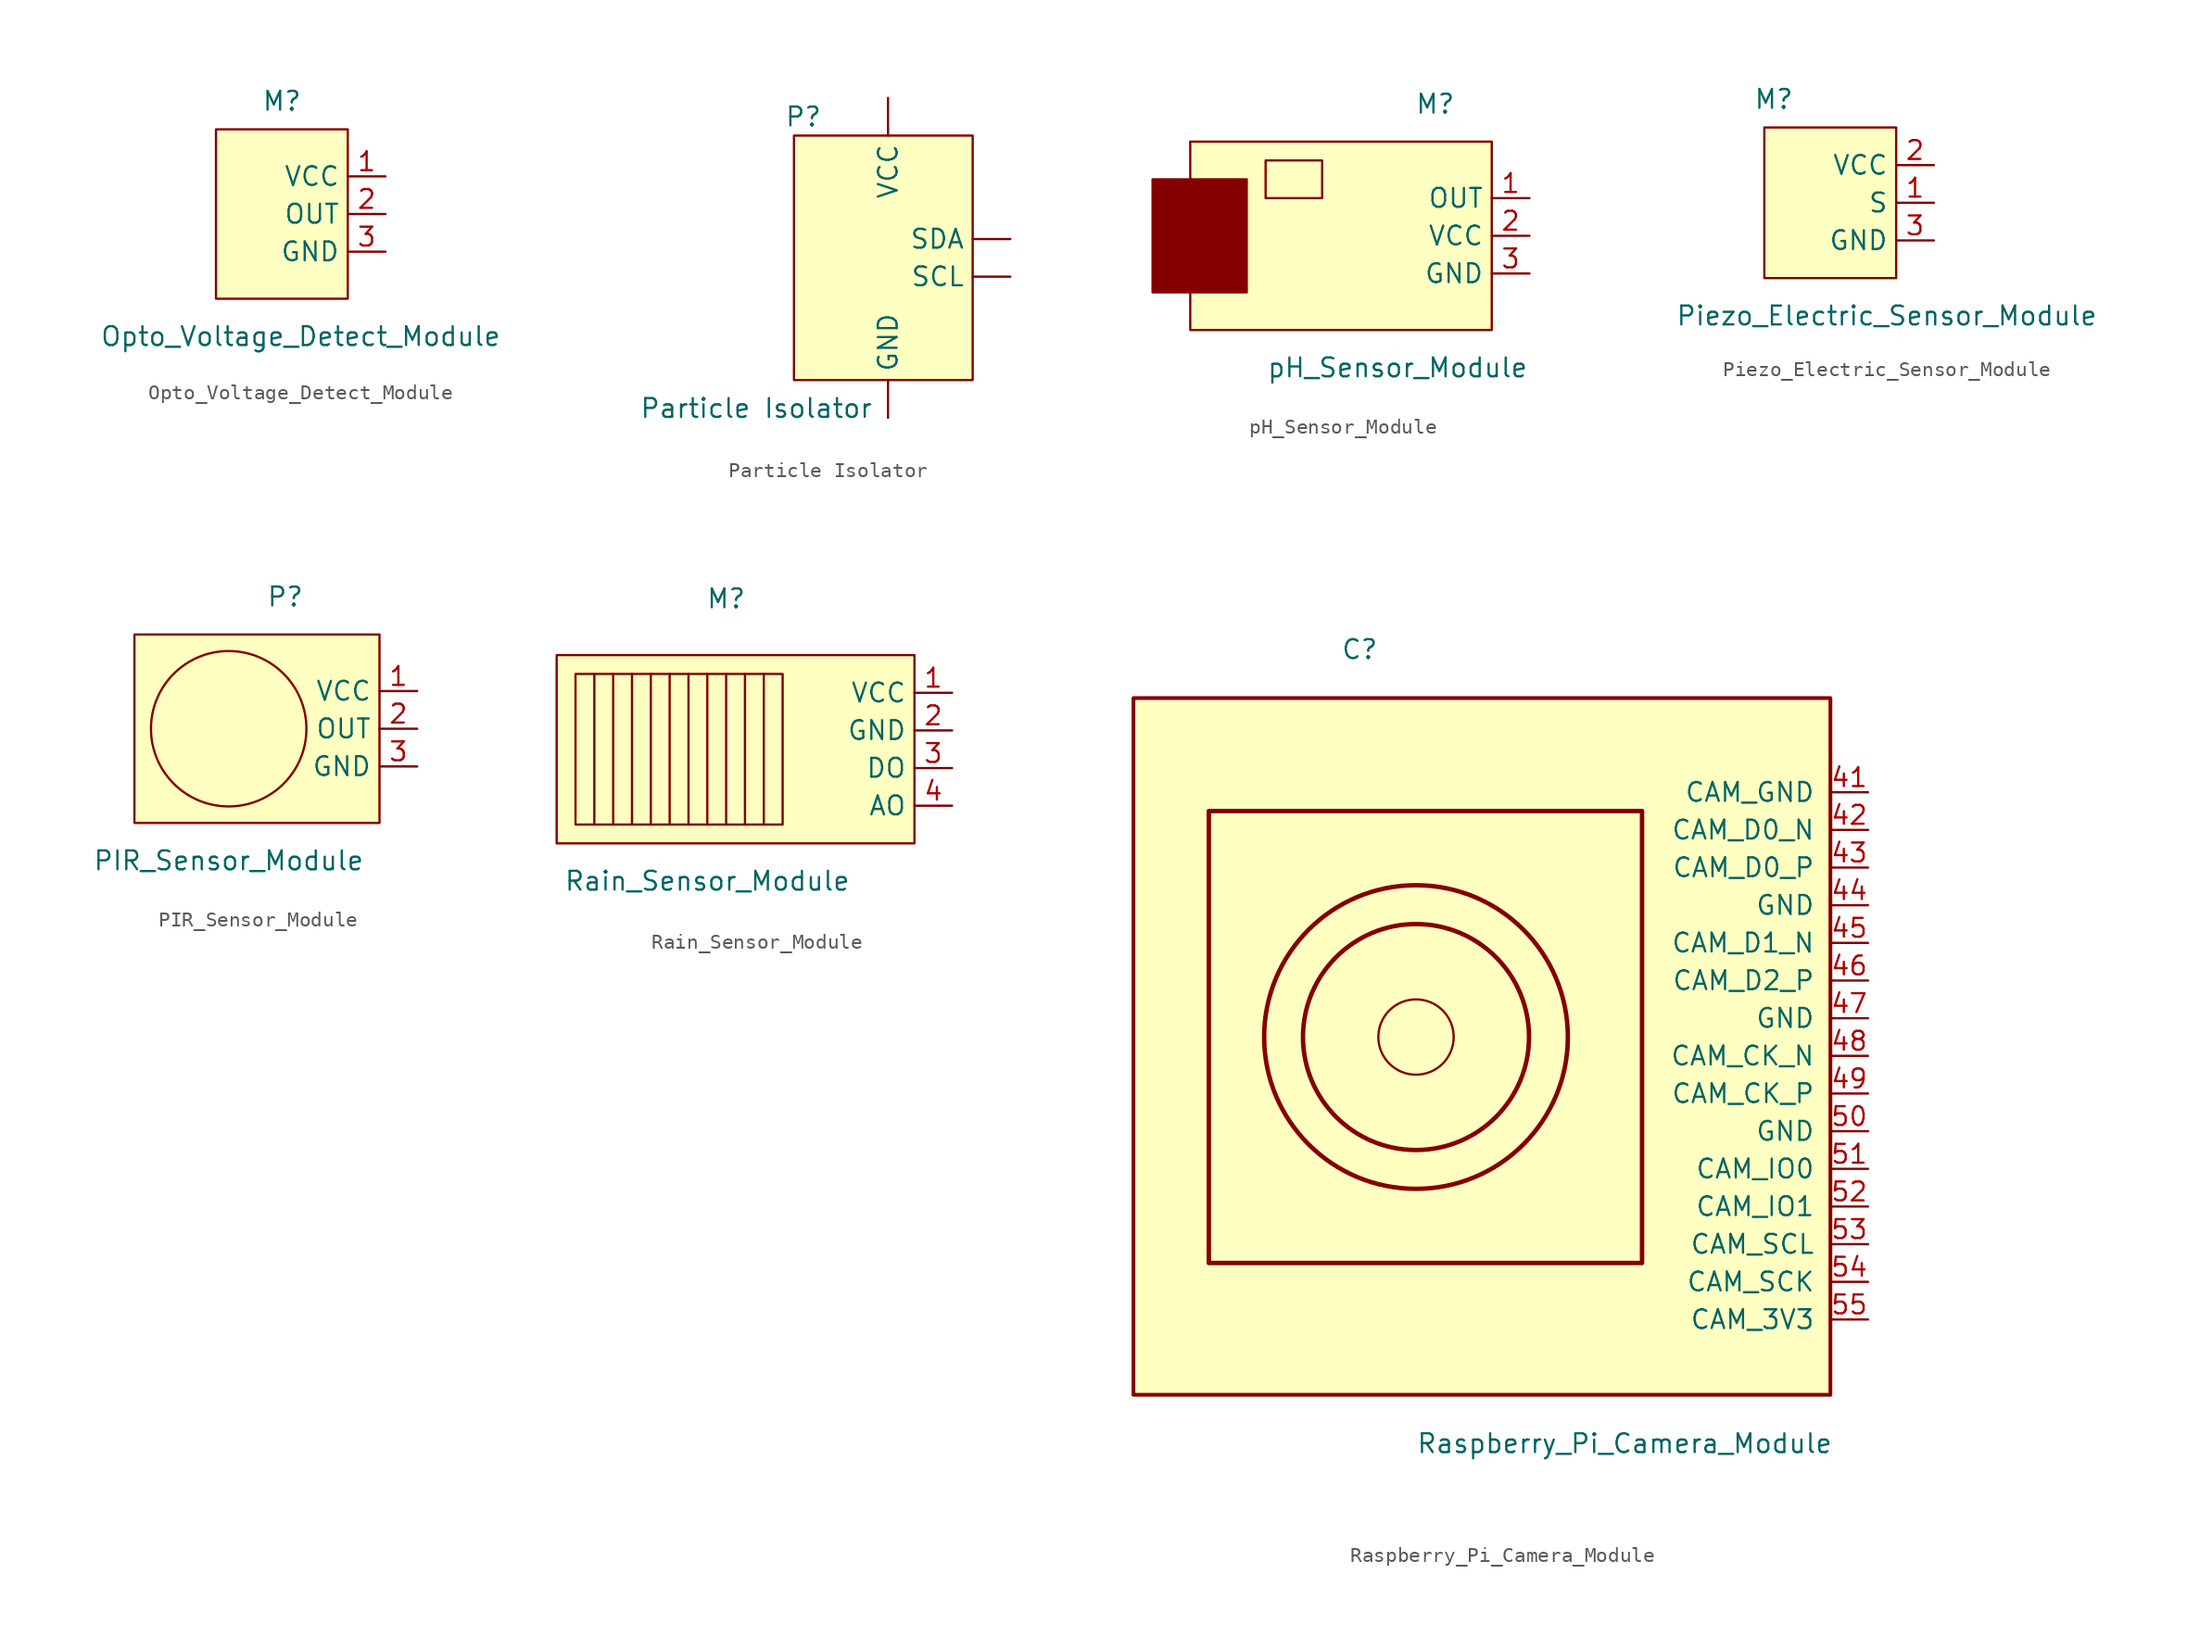
<source format=kicad_sym>
(kicad_symbol_lib
  (version 20211014)
  (generator kicad_symbol_editor)
  (symbol "Opto_Voltage_Detect_Module"
    (property "Reference" "M"
      (at -1.27 8.89 0)
      (effects (font (size 1.27 1.27))))
    (property "Value" "Opto_Voltage_Detect_Module"
      (at 0 -6.985 0)
      (effects (font (size 1.27 1.27))))
    (symbol "Opto_Voltage_Detect_Module_0_1"
      (rectangle (start -5.715 6.985) (end 3.175 -4.445) (stroke (width 0.152) (type default) (color 0 0 0 0)) (fill (type background))))
    (symbol "Opto_Voltage_Detect_Module_1_1"
      (pin input line (at 5.715 3.81 180) (length 2.54) (name "VCC" (effects (font (size 1.27 1.27)))) (number "1" (effects (font (size 1.27 1.27)))))
      (pin input line (at 5.715 1.27 180) (length 2.54) (name "OUT" (effects (font (size 1.27 1.27)))) (number "2" (effects (font (size 1.27 1.27)))))
      (pin input line (at 5.715 -1.27 180) (length 2.54) (name "GND" (effects (font (size 1.27 1.27)))) (number "3" (effects (font (size 1.27 1.27)))))))
  (symbol "Particle Isolator"
    (property "Reference" "P"
      (at -6.35 10.795 0)
      (effects (font (size 1.27 1.27))))
    (property "Value" "Particle Isolator"
      (at -9.525 -8.89 0)
      (effects (font (size 1.27 1.27))))
    (symbol "Particle Isolator_0_1"
      (rectangle (start 5.08 9.525) (end -6.985 -6.985) (stroke (width 0.152) (type default) (color 0 0 0 0)) (fill (type background))))
    (symbol "Particle Isolator_1_1"
      (pin input line (at -0.635 -9.525 90) (length 2.54) (name "GND" (effects (font (size 1.27 1.27)))) (number "" (effects (font (size 1.27 1.27)))))
      (pin input line (at 7.62 0 180) (length 2.54) (name "SCL" (effects (font (size 1.27 1.27)))) (number "" (effects (font (size 1.27 1.27)))))
      (pin input line (at 7.62 2.54 180) (length 2.54) (name "SDA" (effects (font (size 1.27 1.27)))) (number "" (effects (font (size 1.27 1.27)))))
      (pin input line (at -0.635 12.065 270) (length 2.54) (name "VCC" (effects (font (size 1.27 1.27)))) (number "" (effects (font (size 1.27 1.27)))))))
  (symbol "pH_Sensor_Module"
    (property "Reference" "M"
      (at 2.54 10.16 0)
      (effects (font (size 1.27 1.27))))
    (property "Value" "pH_Sensor_Module"
      (at 0 -7.62 0)
      (effects (font (size 1.27 1.27))))
    (symbol "pH_Sensor_Module_0_1"
      (rectangle (start -16.51 5.08) (end -10.16 -2.54) (stroke (width 0.152) (type default) (color 0 0 0 0)) (fill (type outline)))
      (rectangle (start -13.97 7.62) (end 6.35 -5.08) (stroke (width 0.152) (type default) (color 0 0 0 0)) (fill (type background)))
      (rectangle (start -8.89 6.35) (end -5.08 3.81) (stroke (width 0.152) (type default) (color 0 0 0 0)) (fill (type none))))
    (symbol "pH_Sensor_Module_1_1"
      (pin input line (at 8.89 3.81 180) (length 2.54) (name "OUT" (effects (font (size 1.27 1.27)))) (number "1" (effects (font (size 1.27 1.27)))))
      (pin input line (at 8.89 1.27 180) (length 2.54) (name "VCC" (effects (font (size 1.27 1.27)))) (number "2" (effects (font (size 1.27 1.27)))))
      (pin input line (at 8.89 -1.27 180) (length 2.54) (name "GND" (effects (font (size 1.27 1.27)))) (number "3" (effects (font (size 1.27 1.27)))))))
  (symbol "Piezo_Electric_Sensor_Module"
    (property "Reference" "M"
      (at -5.715 6.985 0)
      (effects (font (size 1.27 1.27))))
    (property "Value" "Piezo_Electric_Sensor_Module"
      (at 1.905 -7.62 0)
      (effects (font (size 1.27 1.27))))
    (symbol "Piezo_Electric_Sensor_Module_0_1"
      (rectangle (start 2.54 5.08) (end -6.35 -5.08) (stroke (width 0.152) (type default) (color 0 0 0 0)) (fill (type background))))
    (symbol "Piezo_Electric_Sensor_Module_1_1"
      (pin input line (at 5.08 0 180) (length 2.54) (name "S" (effects (font (size 1.27 1.27)))) (number "1" (effects (font (size 1.27 1.27)))))
      (pin input line (at 5.08 2.54 180) (length 2.54) (name "VCC" (effects (font (size 1.27 1.27)))) (number "2" (effects (font (size 1.27 1.27)))))
      (pin input line (at 5.08 -2.54 180) (length 2.54) (name "GND" (effects (font (size 1.27 1.27)))) (number "3" (effects (font (size 1.27 1.27)))))))
  (symbol "PIR_Sensor_Module"
    (property "Reference" "P"
      (at -2.54 7.62 0)
      (effects (font (size 1.27 1.27))))
    (property "Value" "PIR_Sensor_Module"
      (at -6.35 -10.16 0)
      (effects (font (size 1.27 1.27))))
    (symbol "PIR_Sensor_Module_0_1"
      (circle (center -6.35 -1.27) (radius 5.236) (stroke (width 0.152) (type default) (color 0 0 0 0)) (fill (type none)))
      (rectangle (start 3.81 5.08) (end -12.7 -7.62) (stroke (width 0.152) (type default) (color 0 0 0 0)) (fill (type background))))
    (symbol "PIR_Sensor_Module_1_1"
      (pin input line (at 6.35 1.27 180) (length 2.54) (name "VCC" (effects (font (size 1.27 1.27)))) (number "1" (effects (font (size 1.27 1.27)))))
      (pin input line (at 6.35 -1.27 180) (length 2.54) (name "OUT" (effects (font (size 1.27 1.27)))) (number "2" (effects (font (size 1.27 1.27)))))
      (pin input line (at 6.35 -3.81 180) (length 2.54) (name "GND" (effects (font (size 1.27 1.27)))) (number "3" (effects (font (size 1.27 1.27)))))))
  (symbol "Rain_Sensor_Module"
    (property "Reference" "M"
      (at 0 10.16 0)
      (effects (font (size 1.27 1.27))))
    (property "Value" "Rain_Sensor_Module"
      (at -1.27 -8.89 0)
      (effects (font (size 1.27 1.27))))
    (symbol "Rain_Sensor_Module_0_1"
      (rectangle (start -11.43 6.35) (end 12.7 -6.35) (stroke (width 0.152) (type default) (color 0 0 0 0)) (fill (type background)))
      (rectangle (start -10.16 5.08) (end 3.81 -5.08) (stroke (width 0.152) (type default) (color 0 0 0 0)) (fill (type none)))
      (polyline (pts (xy -8.89 5.08) (xy -8.89 -5.08)) (stroke (width 0.152) (type default) (color 0 0 0 0)) (fill (type none)))
      (polyline (pts (xy -7.62 5.08) (xy -7.62 -5.08)) (stroke (width 0.152) (type default) (color 0 0 0 0)) (fill (type none)))
      (polyline (pts (xy -6.35 5.08) (xy -6.35 -5.08)) (stroke (width 0.152) (type default) (color 0 0 0 0)) (fill (type none)))
      (polyline (pts (xy -5.08 5.08) (xy -5.08 -5.08)) (stroke (width 0.152) (type default) (color 0 0 0 0)) (fill (type none)))
      (polyline (pts (xy -3.81 5.08) (xy -3.81 -5.08)) (stroke (width 0.152) (type default) (color 0 0 0 0)) (fill (type none)))
      (polyline (pts (xy -2.54 5.08) (xy -2.54 -5.08)) (stroke (width 0.152) (type default) (color 0 0 0 0)) (fill (type none)))
      (polyline (pts (xy -1.27 5.08) (xy -1.27 -5.08)) (stroke (width 0.152) (type default) (color 0 0 0 0)) (fill (type none)))
      (polyline (pts (xy 0 5.08) (xy 0 -5.08)) (stroke (width 0.152) (type default) (color 0 0 0 0)) (fill (type none)))
      (polyline (pts (xy 1.27 5.08) (xy 1.27 -5.08)) (stroke (width 0.152) (type default) (color 0 0 0 0)) (fill (type none)))
      (polyline (pts (xy 2.54 5.08) (xy 2.54 -5.08)) (stroke (width 0.152) (type default) (color 0 0 0 0)) (fill (type none))))
    (symbol "Rain_Sensor_Module_1_1"
      (pin input line (at 15.24 3.81 180) (length 2.54) (name "VCC" (effects (font (size 1.27 1.27)))) (number "1" (effects (font (size 1.27 1.27)))))
      (pin input line (at 15.24 1.27 180) (length 2.54) (name "GND" (effects (font (size 1.27 1.27)))) (number "2" (effects (font (size 1.27 1.27)))))
      (pin input line (at 15.24 -1.27 180) (length 2.54) (name "DO" (effects (font (size 1.27 1.27)))) (number "3" (effects (font (size 1.27 1.27)))))
      (pin input line (at 15.24 -3.81 180) (length 2.54) (name "AO" (effects (font (size 1.27 1.27)))) (number "4" (effects (font (size 1.27 1.27)))))))
  (symbol "Raspberry_Pi_Camera_Module"
    (pin_names
      (offset 1.016))
    (property "Reference" "C"
      (at -10.16 25.4 0)
      (effects (font (size 1.27 1.27)) (justify left bottom)))
    (property "Value" "Raspberry_Pi_Camera_Module"
      (at -5.08 -26.67 0)
      (effects (font (size 1.27 1.27)) (justify left top)))
    (symbol "Raspberry_Pi_Camera_Module_0_1"
      (rectangle (start -24.13 22.86) (end 22.86 -24.13) (stroke (width 0.254) (type default) (color 0 0 0 0)) (fill (type background)))
      (rectangle (start -19.05 15.24) (end 10.16 -15.24) (stroke (width 0.3) (type default) (color 0 0 0 0)) (fill (type none)))
      (circle (center -5.08 0) (radius 2.54) (stroke (width 0.152) (type default) (color 0 0 0 0)) (fill (type none)))
      (circle (center -5.08 0) (radius 7.62) (stroke (width 0.3) (type default) (color 0 0 0 0)) (fill (type none)))
      (circle (center -5.08 0) (radius 10.239) (stroke (width 0.3) (type default) (color 0 0 0 0)) (fill (type none))))
    (symbol "Raspberry_Pi_Camera_Module_1_1"
      (pin input line (at 25.4 16.51 180) (length 2.54) (name "CAM_GND" (effects (font (size 1.27 1.27)))) (number "41" (effects (font (size 1.27 1.27)))))
      (pin input line (at 25.4 13.97 180) (length 2.54) (name "CAM_D0_N" (effects (font (size 1.27 1.27)))) (number "42" (effects (font (size 1.27 1.27)))))
      (pin input line (at 25.4 11.43 180) (length 2.54) (name "CAM_D0_P" (effects (font (size 1.27 1.27)))) (number "43" (effects (font (size 1.27 1.27)))))
      (pin input line (at 25.4 8.89 180) (length 2.54) (name "GND" (effects (font (size 1.27 1.27)))) (number "44" (effects (font (size 1.27 1.27)))))
      (pin input line (at 25.4 6.35 180) (length 2.54) (name "CAM_D1_N" (effects (font (size 1.27 1.27)))) (number "45" (effects (font (size 1.27 1.27)))))
      (pin input line (at 25.4 3.81 180) (length 2.54) (name "CAM_D2_P" (effects (font (size 1.27 1.27)))) (number "46" (effects (font (size 1.27 1.27)))))
      (pin input line (at 25.4 1.27 180) (length 2.54) (name "GND" (effects (font (size 1.27 1.27)))) (number "47" (effects (font (size 1.27 1.27)))))
      (pin input line (at 25.4 -1.27 180) (length 2.54) (name "CAM_CK_N" (effects (font (size 1.27 1.27)))) (number "48" (effects (font (size 1.27 1.27)))))
      (pin input line (at 25.4 -3.81 180) (length 2.54) (name "CAM_CK_P" (effects (font (size 1.27 1.27)))) (number "49" (effects (font (size 1.27 1.27)))))
      (pin input line (at 25.4 -6.35 180) (length 2.54) (name "GND" (effects (font (size 1.27 1.27)))) (number "50" (effects (font (size 1.27 1.27)))))
      (pin input line (at 25.4 -8.89 180) (length 2.54) (name "CAM_IO0" (effects (font (size 1.27 1.27)))) (number "51" (effects (font (size 1.27 1.27)))))
      (pin input line (at 25.4 -11.43 180) (length 2.54) (name "CAM_IO1" (effects (font (size 1.27 1.27)))) (number "52" (effects (font (size 1.27 1.27)))))
      (pin input line (at 25.4 -13.97 180) (length 2.54) (name "CAM_SCL" (effects (font (size 1.27 1.27)))) (number "53" (effects (font (size 1.27 1.27)))))
      (pin input line (at 25.4 -16.51 180) (length 2.54) (name "CAM_SCK" (effects (font (size 1.27 1.27)))) (number "54" (effects (font (size 1.27 1.27)))))
      (pin input line (at 25.4 -19.05 180) (length 2.54) (name "CAM_3V3" (effects (font (size 1.27 1.27)))) (number "55" (effects (font (size 1.27 1.27))))))))
</source>
